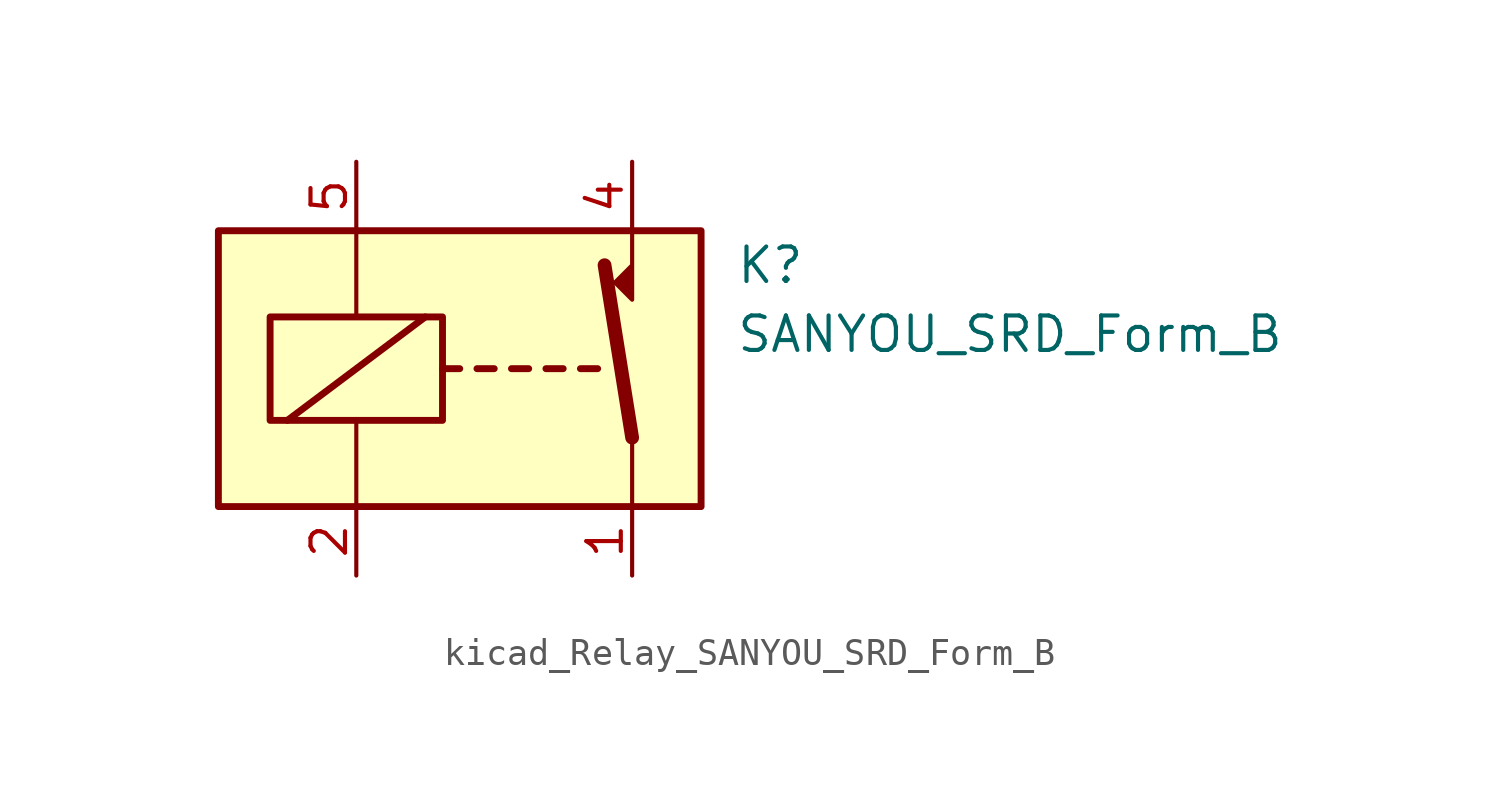
<source format=kicad_sym>
(kicad_symbol_lib
  (version 20220914)
  (generator kicad_symbol_editor)
  (symbol "kicad_Relay_SANYOU_SRD_Form_B"
    (property "Reference" "K"
      (at 8.89 3.81 0)
      (effects (font (size 1.27 1.27)) (justify left)))
    (property "Value" "SANYOU_SRD_Form_B"
      (at 8.89 1.27 0)
      (effects (font (size 1.27 1.27)) (justify left)))
    (symbol "kicad_Relay_SANYOU_SRD_Form_B_0_1"
      (rectangle (start -10.16 5.08) (end 7.62 -5.08) (stroke (width 0.254) (type default)) (fill (type background)))
      (rectangle (start -8.255 1.905) (end -1.905 -1.905) (stroke (width 0.254) (type default)) (fill (type none)))
      (polyline (pts (xy -7.62 -1.905) (xy -2.54 1.905)) (stroke (width 0.254) (type default)) (fill (type none)))
      (polyline (pts (xy -5.08 -5.08) (xy -5.08 -1.905)) (stroke (width 0) (type default)) (fill (type none)))
      (polyline (pts (xy -5.08 5.08) (xy -5.08 1.905)) (stroke (width 0) (type default)) (fill (type none)))
      (polyline (pts (xy -1.905 0) (xy -1.27 0)) (stroke (width 0.254) (type default)) (fill (type none)))
      (polyline (pts (xy -0.635 0) (xy 0 0)) (stroke (width 0.254) (type default)) (fill (type none)))
      (polyline (pts (xy 0.635 0) (xy 1.27 0)) (stroke (width 0.254) (type default)) (fill (type none)))
      (polyline (pts (xy 1.905 0) (xy 2.54 0)) (stroke (width 0.254) (type default)) (fill (type none)))
      (polyline (pts (xy 3.175 0) (xy 3.81 0)) (stroke (width 0.254) (type default)) (fill (type none)))
      (polyline (pts (xy 5.08 -2.54) (xy 4.064 3.81)) (stroke (width 0.508) (type default)) (fill (type none)))
      (polyline (pts (xy 5.08 -2.54) (xy 5.08 -5.08)) (stroke (width 0) (type default)) (fill (type none)))
      (polyline (pts (xy 5.08 3.81) (xy 4.445 3.175) (xy 5.08 2.54) (xy 5.08 5.08)) (stroke (width 0) (type default)) (fill (type outline))))
    (symbol "kicad_Relay_SANYOU_SRD_Form_B_1_1"
      (pin passive line (at 5.08 -7.62 90) (length 2.54) (name "~" (effects (font (size 1.27 1.27)))) (number "1" (effects (font (size 1.27 1.27)))))
      (pin passive line (at -5.08 -7.62 90) (length 2.54) (name "~" (effects (font (size 1.27 1.27)))) (number "2" (effects (font (size 1.27 1.27)))))
      (pin passive line (at 5.08 7.62 270) (length 2.54) (name "~" (effects (font (size 1.27 1.27)))) (number "4" (effects (font (size 1.27 1.27)))))
      (pin passive line (at -5.08 7.62 270) (length 2.54) (name "~" (effects (font (size 1.27 1.27)))) (number "5" (effects (font (size 1.27 1.27))))))))
</source>
